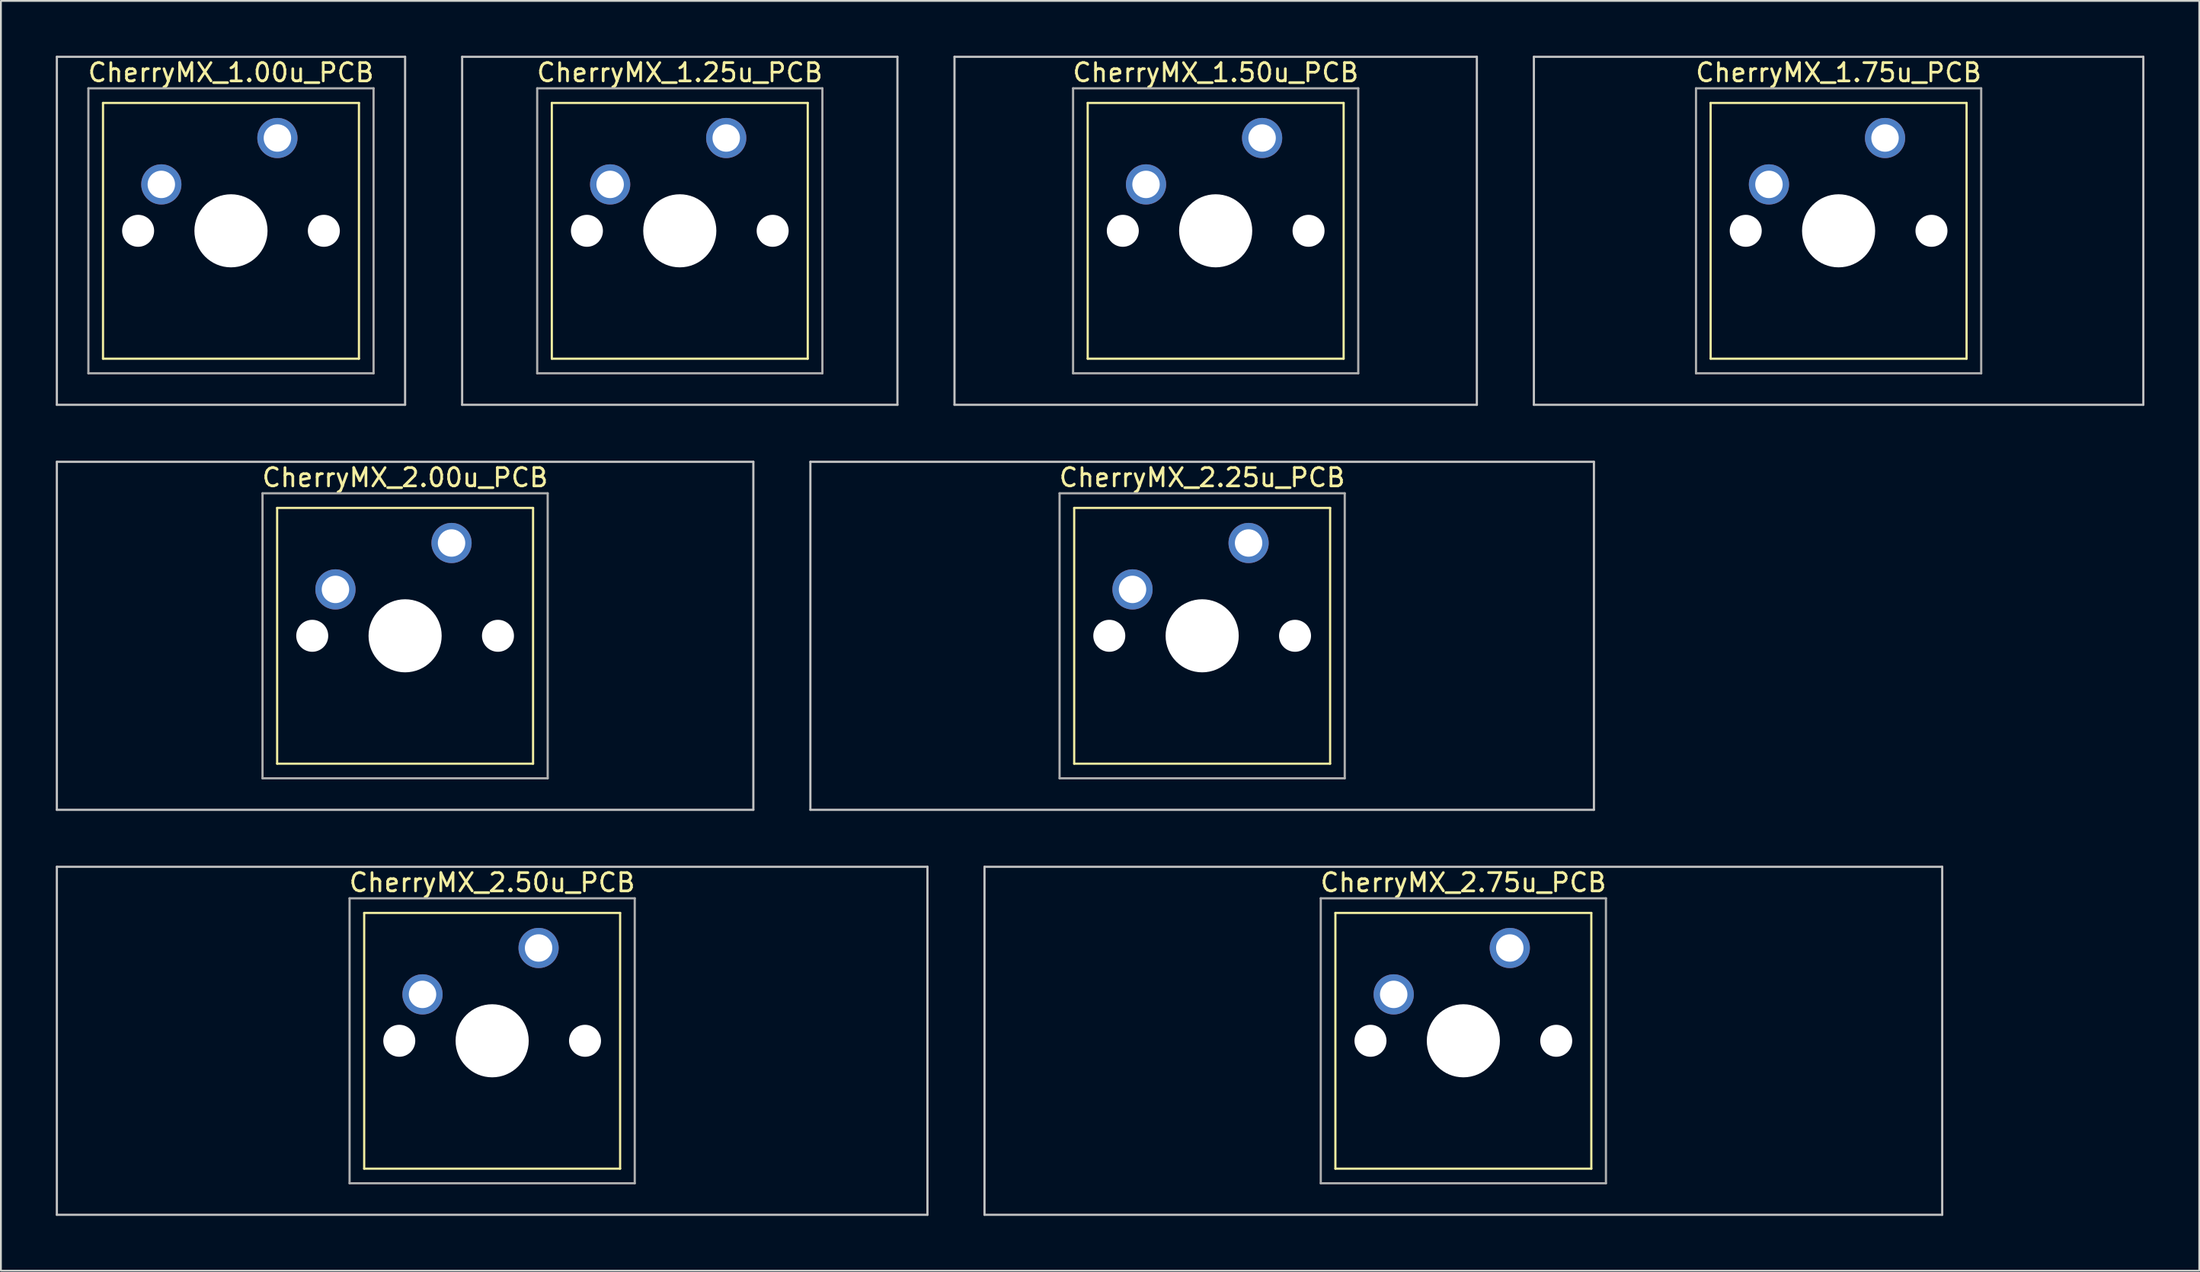
<source format=kicad_pcb>
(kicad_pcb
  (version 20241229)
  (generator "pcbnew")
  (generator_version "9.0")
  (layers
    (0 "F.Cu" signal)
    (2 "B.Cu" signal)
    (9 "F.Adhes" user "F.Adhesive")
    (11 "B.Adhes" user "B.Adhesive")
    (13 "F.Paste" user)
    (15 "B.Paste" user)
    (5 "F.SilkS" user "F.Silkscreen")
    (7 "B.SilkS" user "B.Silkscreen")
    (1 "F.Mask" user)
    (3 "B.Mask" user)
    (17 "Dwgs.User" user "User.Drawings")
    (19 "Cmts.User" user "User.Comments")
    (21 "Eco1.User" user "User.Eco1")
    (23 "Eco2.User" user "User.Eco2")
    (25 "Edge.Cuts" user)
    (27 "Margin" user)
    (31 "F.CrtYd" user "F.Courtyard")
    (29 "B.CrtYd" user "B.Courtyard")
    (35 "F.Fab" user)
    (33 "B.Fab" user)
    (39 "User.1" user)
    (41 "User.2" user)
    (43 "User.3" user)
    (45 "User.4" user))
  (footprint "CherryMX_2.00u_PCB"
    (layer "F.Cu")
    (at 19.11 31.755)
    (property "Reference" "CherryMX_2.00u_PCB" (at 0 -8.662 0) (layer "F.SilkS") (effects (font (size 1 1) (thickness 0.15))))
    (attr through_hole)
    (fp_line (start -7 -7) (end -7 7) (stroke (width 0.12) (type solid)) (layer "F.SilkS"))
    (fp_line (start -7 -7) (end 7 -7) (stroke (width 0.12) (type solid)) (layer "F.SilkS"))
    (fp_line (start 7 -7) (end 7 7) (stroke (width 0.12) (type solid)) (layer "F.SilkS"))
    (fp_line (start 7 7) (end -7 7) (stroke (width 0.12) (type solid)) (layer "F.SilkS"))
    (fp_line (start -19.05 -9.525) (end 19.05 -9.525) (stroke (width 0.12) (type solid)) (layer "Dwgs.User"))
    (fp_line (start -19.05 9.525) (end -19.05 -9.525) (stroke (width 0.12) (type solid)) (layer "Dwgs.User"))
    (fp_line (start 19.05 -9.525) (end 19.05 9.525) (stroke (width 0.12) (type solid)) (layer "Dwgs.User"))
    (fp_line (start 19.05 9.525) (end -19.05 9.525) (stroke (width 0.12) (type solid)) (layer "Dwgs.User"))
    (fp_line (start -7.8 -7.8) (end -7.8 7.8) (stroke (width 0.12) (type solid)) (layer "F.Fab"))
    (fp_line (start -7.8 -7.8) (end 7.8 -7.8) (stroke (width 0.12) (type solid)) (layer "F.Fab"))
    (fp_line (start -7.8 7.8) (end 7.8 7.8) (stroke (width 0.12) (type solid)) (layer "F.Fab"))
    (fp_line (start 7.8 -7.8) (end 7.8 7.8) (stroke (width 0.12) (type solid)) (layer "F.Fab"))
    (pad "" np_thru_hole circle (at -5.08 0) (size 1.75 1.75) (drill 1.75) (layers "*.Cu" "*.Mask"))
    (pad "" np_thru_hole circle (at 0 0) (size 4 4) (drill 4) (layers "*.Cu" "*.Mask"))
    (pad "" np_thru_hole circle (at 5.08 0) (size 1.75 1.75) (drill 1.75) (layers "*.Cu" "*.Mask"))
    (pad "1" thru_hole circle (at -3.81 -2.54) (size 2.2 2.2) (drill 1.5) (layers "*.Cu" "*.Mask"))
    (pad "2" thru_hole circle (at 2.54 -5.08) (size 2.2 2.2) (drill 1.5) (layers "*.Cu" "*.Mask")))
  (footprint "CherryMX_2.25u_PCB"
    (layer "F.Cu")
    (at 62.711 31.755)
    (property "Reference" "CherryMX_2.25u_PCB" (at 0 -8.662 0) (layer "F.SilkS") (effects (font (size 1 1) (thickness 0.15))))
    (attr through_hole)
    (fp_line (start -7 -7) (end -7 7) (stroke (width 0.12) (type solid)) (layer "F.SilkS"))
    (fp_line (start -7 -7) (end 7 -7) (stroke (width 0.12) (type solid)) (layer "F.SilkS"))
    (fp_line (start 7 -7) (end 7 7) (stroke (width 0.12) (type solid)) (layer "F.SilkS"))
    (fp_line (start 7 7) (end -7 7) (stroke (width 0.12) (type solid)) (layer "F.SilkS"))
    (fp_line (start -21.431 -9.525) (end 21.431 -9.525) (stroke (width 0.12) (type solid)) (layer "Dwgs.User"))
    (fp_line (start -21.431 9.525) (end -21.431 -9.525) (stroke (width 0.12) (type solid)) (layer "Dwgs.User"))
    (fp_line (start 21.431 -9.525) (end 21.431 9.525) (stroke (width 0.12) (type solid)) (layer "Dwgs.User"))
    (fp_line (start 21.431 9.525) (end -21.431 9.525) (stroke (width 0.12) (type solid)) (layer "Dwgs.User"))
    (fp_line (start -7.8 -7.8) (end -7.8 7.8) (stroke (width 0.12) (type solid)) (layer "F.Fab"))
    (fp_line (start -7.8 -7.8) (end 7.8 -7.8) (stroke (width 0.12) (type solid)) (layer "F.Fab"))
    (fp_line (start -7.8 7.8) (end 7.8 7.8) (stroke (width 0.12) (type solid)) (layer "F.Fab"))
    (fp_line (start 7.8 -7.8) (end 7.8 7.8) (stroke (width 0.12) (type solid)) (layer "F.Fab"))
    (pad "" np_thru_hole circle (at -5.08 0) (size 1.75 1.75) (drill 1.75) (layers "*.Cu" "*.Mask"))
    (pad "" np_thru_hole circle (at 0 0) (size 4 4) (drill 4) (layers "*.Cu" "*.Mask"))
    (pad "" np_thru_hole circle (at 5.08 0) (size 1.75 1.75) (drill 1.75) (layers "*.Cu" "*.Mask"))
    (pad "1" thru_hole circle (at -3.81 -2.54) (size 2.2 2.2) (drill 1.5) (layers "*.Cu" "*.Mask"))
    (pad "2" thru_hole circle (at 2.54 -5.08) (size 2.2 2.2) (drill 1.5) (layers "*.Cu" "*.Mask")))
  (footprint "CherryMX_1.50u_PCB"
    (layer "F.Cu")
    (at 63.45 9.585)
    (property "Reference" "CherryMX_1.50u_PCB" (at 0 -8.662 0) (layer "F.SilkS") (effects (font (size 1 1) (thickness 0.15))))
    (attr through_hole)
    (fp_line (start -7 -7) (end -7 7) (stroke (width 0.12) (type solid)) (layer "F.SilkS"))
    (fp_line (start -7 -7) (end 7 -7) (stroke (width 0.12) (type solid)) (layer "F.SilkS"))
    (fp_line (start 7 -7) (end 7 7) (stroke (width 0.12) (type solid)) (layer "F.SilkS"))
    (fp_line (start 7 7) (end -7 7) (stroke (width 0.12) (type solid)) (layer "F.SilkS"))
    (fp_line (start -14.287 -9.525) (end 14.287 -9.525) (stroke (width 0.12) (type solid)) (layer "Dwgs.User"))
    (fp_line (start -14.287 9.525) (end -14.287 -9.525) (stroke (width 0.12) (type solid)) (layer "Dwgs.User"))
    (fp_line (start 14.287 -9.525) (end 14.287 9.525) (stroke (width 0.12) (type solid)) (layer "Dwgs.User"))
    (fp_line (start 14.287 9.525) (end -14.287 9.525) (stroke (width 0.12) (type solid)) (layer "Dwgs.User"))
    (fp_line (start -7.8 -7.8) (end -7.8 7.8) (stroke (width 0.12) (type solid)) (layer "F.Fab"))
    (fp_line (start -7.8 -7.8) (end 7.8 -7.8) (stroke (width 0.12) (type solid)) (layer "F.Fab"))
    (fp_line (start -7.8 7.8) (end 7.8 7.8) (stroke (width 0.12) (type solid)) (layer "F.Fab"))
    (fp_line (start 7.8 -7.8) (end 7.8 7.8) (stroke (width 0.12) (type solid)) (layer "F.Fab"))
    (pad "" np_thru_hole circle (at -5.08 0) (size 1.75 1.75) (drill 1.75) (layers "*.Cu" "*.Mask"))
    (pad "" np_thru_hole circle (at 0 0) (size 4 4) (drill 4) (layers "*.Cu" "*.Mask"))
    (pad "" np_thru_hole circle (at 5.08 0) (size 1.75 1.75) (drill 1.75) (layers "*.Cu" "*.Mask"))
    (pad "1" thru_hole circle (at -3.81 -2.54) (size 2.2 2.2) (drill 1.5) (layers "*.Cu" "*.Mask"))
    (pad "2" thru_hole circle (at 2.54 -5.08) (size 2.2 2.2) (drill 1.5) (layers "*.Cu" "*.Mask")))
  (footprint "CherryMX_1.25u_PCB"
    (layer "F.Cu")
    (at 34.136 9.585)
    (property "Reference" "CherryMX_1.25u_PCB" (at 0 -8.662 0) (layer "F.SilkS") (effects (font (size 1 1) (thickness 0.15))))
    (attr through_hole)
    (fp_line (start -7 -7) (end -7 7) (stroke (width 0.12) (type solid)) (layer "F.SilkS"))
    (fp_line (start -7 -7) (end 7 -7) (stroke (width 0.12) (type solid)) (layer "F.SilkS"))
    (fp_line (start 7 -7) (end 7 7) (stroke (width 0.12) (type solid)) (layer "F.SilkS"))
    (fp_line (start 7 7) (end -7 7) (stroke (width 0.12) (type solid)) (layer "F.SilkS"))
    (fp_line (start -11.906 -9.525) (end 11.906 -9.525) (stroke (width 0.12) (type solid)) (layer "Dwgs.User"))
    (fp_line (start -11.906 9.525) (end -11.906 -9.525) (stroke (width 0.12) (type solid)) (layer "Dwgs.User"))
    (fp_line (start 11.906 -9.525) (end 11.906 9.525) (stroke (width 0.12) (type solid)) (layer "Dwgs.User"))
    (fp_line (start 11.906 9.525) (end -11.906 9.525) (stroke (width 0.12) (type solid)) (layer "Dwgs.User"))
    (fp_line (start -7.8 -7.8) (end -7.8 7.8) (stroke (width 0.12) (type solid)) (layer "F.Fab"))
    (fp_line (start -7.8 -7.8) (end 7.8 -7.8) (stroke (width 0.12) (type solid)) (layer "F.Fab"))
    (fp_line (start -7.8 7.8) (end 7.8 7.8) (stroke (width 0.12) (type solid)) (layer "F.Fab"))
    (fp_line (start 7.8 -7.8) (end 7.8 7.8) (stroke (width 0.12) (type solid)) (layer "F.Fab"))
    (pad "" np_thru_hole circle (at -5.08 0) (size 1.75 1.75) (drill 1.75) (layers "*.Cu" "*.Mask"))
    (pad "" np_thru_hole circle (at 0 0) (size 4 4) (drill 4) (layers "*.Cu" "*.Mask"))
    (pad "" np_thru_hole circle (at 5.08 0) (size 1.75 1.75) (drill 1.75) (layers "*.Cu" "*.Mask"))
    (pad "1" thru_hole circle (at -3.81 -2.54) (size 2.2 2.2) (drill 1.5) (layers "*.Cu" "*.Mask"))
    (pad "2" thru_hole circle (at 2.54 -5.08) (size 2.2 2.2) (drill 1.5) (layers "*.Cu" "*.Mask")))
  (footprint "CherryMX_2.75u_PCB"
    (layer "F.Cu")
    (at 76.999 53.925)
    (property "Reference" "CherryMX_2.75u_PCB" (at 0 -8.662 0) (layer "F.SilkS") (effects (font (size 1 1) (thickness 0.15))))
    (attr through_hole)
    (fp_line (start -7 -7) (end -7 7) (stroke (width 0.12) (type solid)) (layer "F.SilkS"))
    (fp_line (start -7 -7) (end 7 -7) (stroke (width 0.12) (type solid)) (layer "F.SilkS"))
    (fp_line (start 7 -7) (end 7 7) (stroke (width 0.12) (type solid)) (layer "F.SilkS"))
    (fp_line (start 7 7) (end -7 7) (stroke (width 0.12) (type solid)) (layer "F.SilkS"))
    (fp_line (start -26.194 -9.525) (end 26.194 -9.525) (stroke (width 0.12) (type solid)) (layer "Dwgs.User"))
    (fp_line (start -26.194 9.525) (end -26.194 -9.525) (stroke (width 0.12) (type solid)) (layer "Dwgs.User"))
    (fp_line (start 26.194 -9.525) (end 26.194 9.525) (stroke (width 0.12) (type solid)) (layer "Dwgs.User"))
    (fp_line (start 26.194 9.525) (end -26.194 9.525) (stroke (width 0.12) (type solid)) (layer "Dwgs.User"))
    (fp_line (start -7.8 -7.8) (end -7.8 7.8) (stroke (width 0.12) (type solid)) (layer "F.Fab"))
    (fp_line (start -7.8 -7.8) (end 7.8 -7.8) (stroke (width 0.12) (type solid)) (layer "F.Fab"))
    (fp_line (start -7.8 7.8) (end 7.8 7.8) (stroke (width 0.12) (type solid)) (layer "F.Fab"))
    (fp_line (start 7.8 -7.8) (end 7.8 7.8) (stroke (width 0.12) (type solid)) (layer "F.Fab"))
    (pad "" np_thru_hole circle (at -5.08 0) (size 1.75 1.75) (drill 1.75) (layers "*.Cu" "*.Mask"))
    (pad "" np_thru_hole circle (at 0 0) (size 4 4) (drill 4) (layers "*.Cu" "*.Mask"))
    (pad "" np_thru_hole circle (at 5.08 0) (size 1.75 1.75) (drill 1.75) (layers "*.Cu" "*.Mask"))
    (pad "1" thru_hole circle (at -3.81 -2.54) (size 2.2 2.2) (drill 1.5) (layers "*.Cu" "*.Mask"))
    (pad "2" thru_hole circle (at 2.54 -5.08) (size 2.2 2.2) (drill 1.5) (layers "*.Cu" "*.Mask")))
  (footprint "CherryMX_2.50u_PCB"
    (layer "F.Cu")
    (at 23.872 53.925)
    (property "Reference" "CherryMX_2.50u_PCB" (at 0 -8.662 0) (layer "F.SilkS") (effects (font (size 1 1) (thickness 0.15))))
    (attr through_hole)
    (fp_line (start -7 -7) (end -7 7) (stroke (width 0.12) (type solid)) (layer "F.SilkS"))
    (fp_line (start -7 -7) (end 7 -7) (stroke (width 0.12) (type solid)) (layer "F.SilkS"))
    (fp_line (start 7 -7) (end 7 7) (stroke (width 0.12) (type solid)) (layer "F.SilkS"))
    (fp_line (start 7 7) (end -7 7) (stroke (width 0.12) (type solid)) (layer "F.SilkS"))
    (fp_line (start -23.812 -9.525) (end 23.812 -9.525) (stroke (width 0.12) (type solid)) (layer "Dwgs.User"))
    (fp_line (start -23.812 9.525) (end -23.812 -9.525) (stroke (width 0.12) (type solid)) (layer "Dwgs.User"))
    (fp_line (start 23.812 -9.525) (end 23.812 9.525) (stroke (width 0.12) (type solid)) (layer "Dwgs.User"))
    (fp_line (start 23.812 9.525) (end -23.812 9.525) (stroke (width 0.12) (type solid)) (layer "Dwgs.User"))
    (fp_line (start -7.8 -7.8) (end -7.8 7.8) (stroke (width 0.12) (type solid)) (layer "F.Fab"))
    (fp_line (start -7.8 -7.8) (end 7.8 -7.8) (stroke (width 0.12) (type solid)) (layer "F.Fab"))
    (fp_line (start -7.8 7.8) (end 7.8 7.8) (stroke (width 0.12) (type solid)) (layer "F.Fab"))
    (fp_line (start 7.8 -7.8) (end 7.8 7.8) (stroke (width 0.12) (type solid)) (layer "F.Fab"))
    (pad "" np_thru_hole circle (at -5.08 0) (size 1.75 1.75) (drill 1.75) (layers "*.Cu" "*.Mask"))
    (pad "" np_thru_hole circle (at 0 0) (size 4 4) (drill 4) (layers "*.Cu" "*.Mask"))
    (pad "" np_thru_hole circle (at 5.08 0) (size 1.75 1.75) (drill 1.75) (layers "*.Cu" "*.Mask"))
    (pad "1" thru_hole circle (at -3.81 -2.54) (size 2.2 2.2) (drill 1.5) (layers "*.Cu" "*.Mask"))
    (pad "2" thru_hole circle (at 2.54 -5.08) (size 2.2 2.2) (drill 1.5) (layers "*.Cu" "*.Mask")))
  (footprint "CherryMX_1.75u_PCB"
    (layer "F.Cu")
    (at 97.526 9.585)
    (property "Reference" "CherryMX_1.75u_PCB" (at 0 -8.662 0) (layer "F.SilkS") (effects (font (size 1 1) (thickness 0.15))))
    (attr through_hole)
    (fp_line (start -7 -7) (end -7 7) (stroke (width 0.12) (type solid)) (layer "F.SilkS"))
    (fp_line (start -7 -7) (end 7 -7) (stroke (width 0.12) (type solid)) (layer "F.SilkS"))
    (fp_line (start 7 -7) (end 7 7) (stroke (width 0.12) (type solid)) (layer "F.SilkS"))
    (fp_line (start 7 7) (end -7 7) (stroke (width 0.12) (type solid)) (layer "F.SilkS"))
    (fp_line (start -16.669 -9.525) (end 16.669 -9.525) (stroke (width 0.12) (type solid)) (layer "Dwgs.User"))
    (fp_line (start -16.669 9.525) (end -16.669 -9.525) (stroke (width 0.12) (type solid)) (layer "Dwgs.User"))
    (fp_line (start 16.669 -9.525) (end 16.669 9.525) (stroke (width 0.12) (type solid)) (layer "Dwgs.User"))
    (fp_line (start 16.669 9.525) (end -16.669 9.525) (stroke (width 0.12) (type solid)) (layer "Dwgs.User"))
    (fp_line (start -7.8 -7.8) (end -7.8 7.8) (stroke (width 0.12) (type solid)) (layer "F.Fab"))
    (fp_line (start -7.8 -7.8) (end 7.8 -7.8) (stroke (width 0.12) (type solid)) (layer "F.Fab"))
    (fp_line (start -7.8 7.8) (end 7.8 7.8) (stroke (width 0.12) (type solid)) (layer "F.Fab"))
    (fp_line (start 7.8 -7.8) (end 7.8 7.8) (stroke (width 0.12) (type solid)) (layer "F.Fab"))
    (pad "" np_thru_hole circle (at -5.08 0) (size 1.75 1.75) (drill 1.75) (layers "*.Cu" "*.Mask"))
    (pad "" np_thru_hole circle (at 0 0) (size 4 4) (drill 4) (layers "*.Cu" "*.Mask"))
    (pad "" np_thru_hole circle (at 5.08 0) (size 1.75 1.75) (drill 1.75) (layers "*.Cu" "*.Mask"))
    (pad "1" thru_hole circle (at -3.81 -2.54) (size 2.2 2.2) (drill 1.5) (layers "*.Cu" "*.Mask"))
    (pad "2" thru_hole circle (at 2.54 -5.08) (size 2.2 2.2) (drill 1.5) (layers "*.Cu" "*.Mask")))
  (footprint "CherryMX_1.00u_PCB"
    (layer "F.Cu")
    (at 9.585 9.585)
    (property "Reference" "CherryMX_1.00u_PCB" (at 0 -8.662 0) (layer "F.SilkS") (effects (font (size 1 1) (thickness 0.15))))
    (attr through_hole)
    (fp_line (start -7 -7) (end -7 7) (stroke (width 0.12) (type solid)) (layer "F.SilkS"))
    (fp_line (start -7 -7) (end 7 -7) (stroke (width 0.12) (type solid)) (layer "F.SilkS"))
    (fp_line (start 7 -7) (end 7 7) (stroke (width 0.12) (type solid)) (layer "F.SilkS"))
    (fp_line (start 7 7) (end -7 7) (stroke (width 0.12) (type solid)) (layer "F.SilkS"))
    (fp_line (start -9.525 -9.525) (end 9.525 -9.525) (stroke (width 0.12) (type solid)) (layer "Dwgs.User"))
    (fp_line (start -9.525 9.525) (end -9.525 -9.525) (stroke (width 0.12) (type solid)) (layer "Dwgs.User"))
    (fp_line (start 9.525 -9.525) (end 9.525 9.525) (stroke (width 0.12) (type solid)) (layer "Dwgs.User"))
    (fp_line (start 9.525 9.525) (end -9.525 9.525) (stroke (width 0.12) (type solid)) (layer "Dwgs.User"))
    (fp_line (start -7.8 -7.8) (end -7.8 7.8) (stroke (width 0.12) (type solid)) (layer "F.Fab"))
    (fp_line (start -7.8 -7.8) (end 7.8 -7.8) (stroke (width 0.12) (type solid)) (layer "F.Fab"))
    (fp_line (start -7.8 7.8) (end 7.8 7.8) (stroke (width 0.12) (type solid)) (layer "F.Fab"))
    (fp_line (start 7.8 -7.8) (end 7.8 7.8) (stroke (width 0.12) (type solid)) (layer "F.Fab"))
    (pad "" np_thru_hole circle (at -5.08 0) (size 1.75 1.75) (drill 1.75) (layers "*.Cu" "*.Mask"))
    (pad "" np_thru_hole circle (at 0 0) (size 4 4) (drill 4) (layers "*.Cu" "*.Mask"))
    (pad "" np_thru_hole circle (at 5.08 0) (size 1.75 1.75) (drill 1.75) (layers "*.Cu" "*.Mask"))
    (pad "1" thru_hole circle (at -3.81 -2.54) (size 2.2 2.2) (drill 1.5) (layers "*.Cu" "*.Mask"))
    (pad "2" thru_hole circle (at 2.54 -5.08) (size 2.2 2.2) (drill 1.5) (layers "*.Cu" "*.Mask")))
  (gr_rect
    (start -3 -3)
    (end 117.255 66.51)
    (stroke (width 0.1) (type default))
    (fill no)
    (layer "Edge.Cuts")))
</source>
